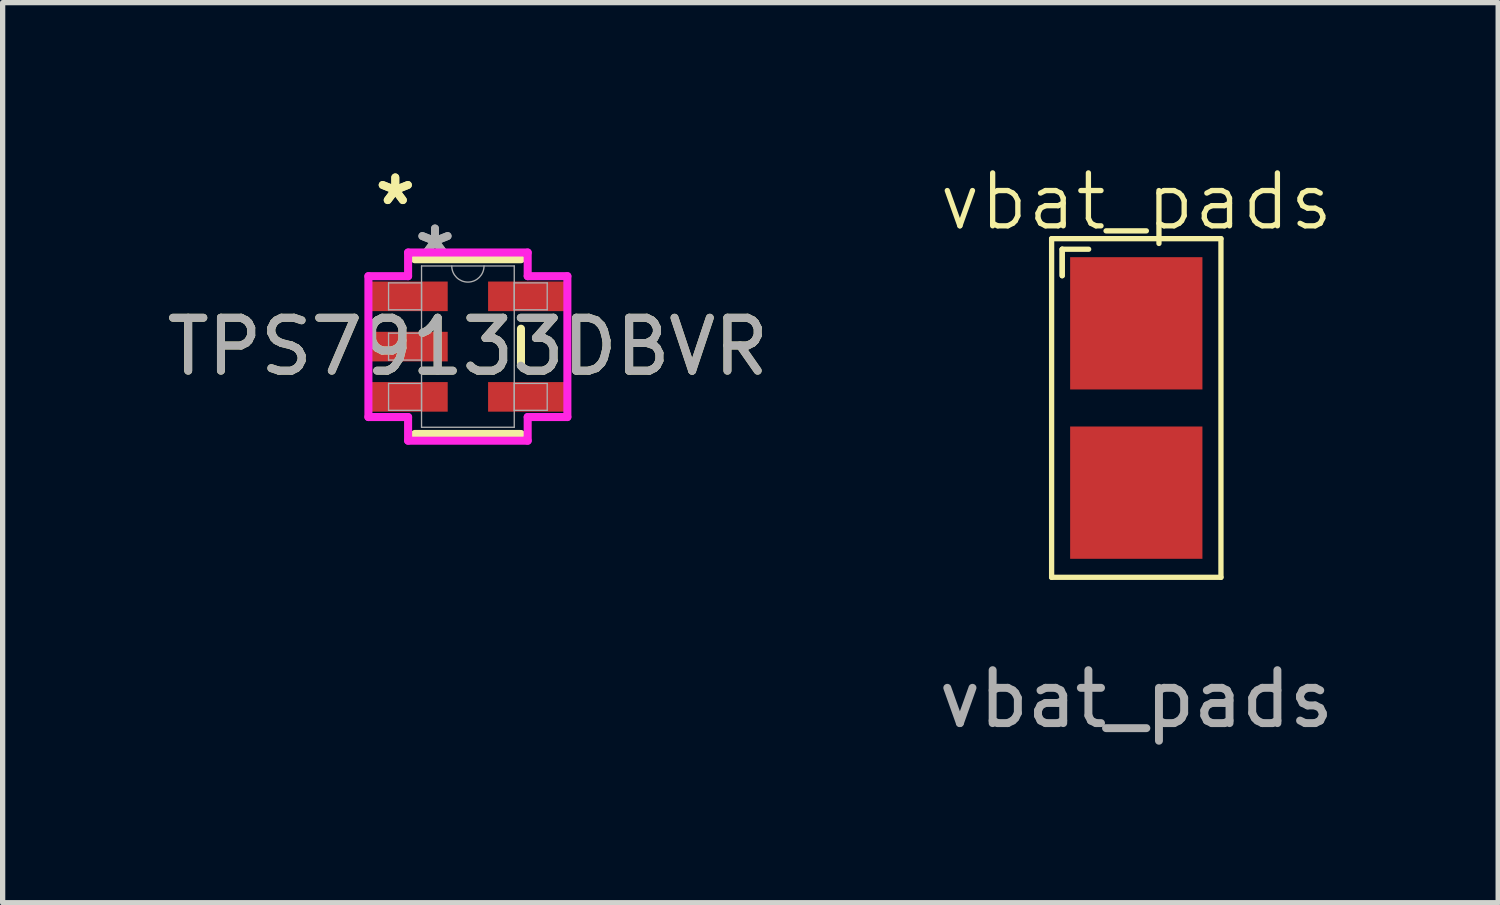
<source format=kicad_pcb>
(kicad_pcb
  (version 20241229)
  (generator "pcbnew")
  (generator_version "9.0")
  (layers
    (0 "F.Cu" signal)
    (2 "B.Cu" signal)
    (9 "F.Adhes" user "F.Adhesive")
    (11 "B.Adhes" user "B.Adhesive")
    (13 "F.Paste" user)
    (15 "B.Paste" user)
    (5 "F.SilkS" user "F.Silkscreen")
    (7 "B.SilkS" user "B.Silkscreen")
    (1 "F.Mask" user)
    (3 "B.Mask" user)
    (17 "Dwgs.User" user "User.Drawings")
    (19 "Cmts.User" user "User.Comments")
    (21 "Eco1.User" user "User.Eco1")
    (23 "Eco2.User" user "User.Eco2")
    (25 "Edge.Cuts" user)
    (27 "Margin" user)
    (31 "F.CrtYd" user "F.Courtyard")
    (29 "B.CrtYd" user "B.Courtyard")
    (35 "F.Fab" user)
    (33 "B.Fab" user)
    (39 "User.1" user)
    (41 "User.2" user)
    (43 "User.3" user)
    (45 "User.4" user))
  (footprint "vbat_pads"
    (layer "F.Cu")
    (at 18.423 4.66)
    (property "Reference" "vbat_pads" (at 0 -3.9 0) (unlocked yes) (layer "F.SilkS") (effects (font (size 1 1) (thickness 0.1))))
    (attr smd)
    (fp_line (start -1.6 -3.2) (end -1.6 3.2) (stroke (width 0.1) (type default)) (layer "F.SilkS"))
    (fp_line (start -1.6 3.2) (end 1.6 3.2) (stroke (width 0.1) (type default)) (layer "F.SilkS"))
    (fp_line (start -1.4 -3) (end -1.4 -2.5) (stroke (width 0.1) (type default)) (layer "F.SilkS"))
    (fp_line (start -1.4 -3) (end -0.9 -3) (stroke (width 0.1) (type default)) (layer "F.SilkS"))
    (fp_line (start -1.4 -2.5) (end -1.4 -3) (stroke (width 0.1) (type default)) (layer "F.SilkS"))
    (fp_line (start 1.6 -3.2) (end -1.6 -3.2) (stroke (width 0.1) (type default)) (layer "F.SilkS"))
    (fp_line (start 1.6 3.2) (end 1.6 -3.2) (stroke (width 0.1) (type default)) (layer "F.SilkS"))
    (fp_text user "${REFERENCE}" (at 0 5.5 0) (unlocked yes) (layer "F.Fab") (effects (font (size 1 1) (thickness 0.15))))
    (pad "1" smd rect (at 0 -1.6) (size 2.5 2.5) (layers "F.Cu" "F.Mask" "F.Paste"))
    (pad "2" smd rect (at 0 1.6) (size 2.5 2.5) (layers "F.Cu" "F.Mask" "F.Paste")))
  (footprint "TPS79133DBVR"
    (layer "F.Cu")
    (at 5.792 3.5)
    (property "Reference" "TPS79133DBVR" (at 0 0 0) (unlocked yes) (layer "F.SilkS") (effects (font (size 1 1) (thickness 0.15))))
    (attr smd)
    (fp_line (start -1.003 1.651) (end 1.003 1.651) (stroke (width 0.152) (type solid)) (layer "F.SilkS"))
    (fp_line (start 1.003 -1.651) (end -1.003 -1.651) (stroke (width 0.152) (type solid)) (layer "F.SilkS"))
    (fp_line (start 1.003 0.338) (end 1.003 -0.338) (stroke (width 0.152) (type solid)) (layer "F.SilkS"))
    (fp_line (start -1.88 -1.331) (end -1.13 -1.331) (stroke (width 0.152) (type solid)) (layer "F.CrtYd"))
    (fp_line (start -1.88 1.331) (end -1.88 -1.331) (stroke (width 0.152) (type solid)) (layer "F.CrtYd"))
    (fp_line (start -1.13 -1.778) (end 1.13 -1.778) (stroke (width 0.152) (type solid)) (layer "F.CrtYd"))
    (fp_line (start -1.13 -1.331) (end -1.13 -1.778) (stroke (width 0.152) (type solid)) (layer "F.CrtYd"))
    (fp_line (start -1.13 1.331) (end -1.88 1.331) (stroke (width 0.152) (type solid)) (layer "F.CrtYd"))
    (fp_line (start -1.13 1.778) (end -1.13 1.331) (stroke (width 0.152) (type solid)) (layer "F.CrtYd"))
    (fp_line (start 1.13 -1.778) (end 1.13 -1.331) (stroke (width 0.152) (type solid)) (layer "F.CrtYd"))
    (fp_line (start 1.13 -1.331) (end 1.88 -1.331) (stroke (width 0.152) (type solid)) (layer "F.CrtYd"))
    (fp_line (start 1.13 1.331) (end 1.13 1.778) (stroke (width 0.152) (type solid)) (layer "F.CrtYd"))
    (fp_line (start 1.13 1.778) (end -1.13 1.778) (stroke (width 0.152) (type solid)) (layer "F.CrtYd"))
    (fp_line (start 1.88 -1.331) (end 1.88 1.331) (stroke (width 0.152) (type solid)) (layer "F.CrtYd"))
    (fp_line (start 1.88 1.331) (end 1.13 1.331) (stroke (width 0.152) (type solid)) (layer "F.CrtYd"))
    (fp_line (start -1.499 -1.204) (end -1.499 -0.696) (stroke (width 0.025) (type solid)) (layer "F.Fab"))
    (fp_line (start -1.499 -0.696) (end -0.876 -0.696) (stroke (width 0.025) (type solid)) (layer "F.Fab"))
    (fp_line (start -1.499 -0.254) (end -1.499 0.254) (stroke (width 0.025) (type solid)) (layer "F.Fab"))
    (fp_line (start -1.499 0.254) (end -0.876 0.254) (stroke (width 0.025) (type solid)) (layer "F.Fab"))
    (fp_line (start -1.499 0.696) (end -1.499 1.204) (stroke (width 0.025) (type solid)) (layer "F.Fab"))
    (fp_line (start -1.499 1.204) (end -0.876 1.204) (stroke (width 0.025) (type solid)) (layer "F.Fab"))
    (fp_line (start -0.876 -1.524) (end -0.876 1.524) (stroke (width 0.025) (type solid)) (layer "F.Fab"))
    (fp_line (start -0.876 -1.204) (end -1.499 -1.204) (stroke (width 0.025) (type solid)) (layer "F.Fab"))
    (fp_line (start -0.876 -0.696) (end -0.876 -1.204) (stroke (width 0.025) (type solid)) (layer "F.Fab"))
    (fp_line (start -0.876 -0.254) (end -1.499 -0.254) (stroke (width 0.025) (type solid)) (layer "F.Fab"))
    (fp_line (start -0.876 0.254) (end -0.876 -0.254) (stroke (width 0.025) (type solid)) (layer "F.Fab"))
    (fp_line (start -0.876 0.696) (end -1.499 0.696) (stroke (width 0.025) (type solid)) (layer "F.Fab"))
    (fp_line (start -0.876 1.204) (end -0.876 0.696) (stroke (width 0.025) (type solid)) (layer "F.Fab"))
    (fp_line (start -0.876 1.524) (end 0.876 1.524) (stroke (width 0.025) (type solid)) (layer "F.Fab"))
    (fp_line (start 0.876 -1.524) (end -0.876 -1.524) (stroke (width 0.025) (type solid)) (layer "F.Fab"))
    (fp_line (start 0.876 -1.204) (end 0.876 -0.696) (stroke (width 0.025) (type solid)) (layer "F.Fab"))
    (fp_line (start 0.876 -0.696) (end 1.499 -0.696) (stroke (width 0.025) (type solid)) (layer "F.Fab"))
    (fp_line (start 0.876 0.696) (end 0.876 1.204) (stroke (width 0.025) (type solid)) (layer "F.Fab"))
    (fp_line (start 0.876 1.204) (end 1.499 1.204) (stroke (width 0.025) (type solid)) (layer "F.Fab"))
    (fp_line (start 0.876 1.524) (end 0.876 -1.524) (stroke (width 0.025) (type solid)) (layer "F.Fab"))
    (fp_line (start 1.499 -1.204) (end 0.876 -1.204) (stroke (width 0.025) (type solid)) (layer "F.Fab"))
    (fp_line (start 1.499 -0.696) (end 1.499 -1.204) (stroke (width 0.025) (type solid)) (layer "F.Fab"))
    (fp_line (start 1.499 0.696) (end 0.876 0.696) (stroke (width 0.025) (type solid)) (layer "F.Fab"))
    (fp_line (start 1.499 1.204) (end 1.499 0.696) (stroke (width 0.025) (type solid)) (layer "F.Fab"))
    (fp_arc (start 0.3048 -1.524) (mid 0 -1.2192) (end -0.3048 -1.524) (stroke (width 0.0254) (type solid)) (layer "F.Fab"))
    (fp_text user "*" (at -1.372 -2.652 0) (unlocked yes) (layer "F.SilkS") (effects (font (size 1 1) (thickness 0.15))))
    (fp_text user "*" (at -1.372 -2.652 0) (layer "F.SilkS") (effects (font (size 1 1) (thickness 0.15))))
    (fp_text user "*" (at -0.622 -1.687 0) (layer "F.Fab") (effects (font (size 1 1) (thickness 0.15))))
    (fp_text user "*" (at -0.622 -1.687 0) (unlocked yes) (layer "F.Fab") (effects (font (size 1 1) (thickness 0.15))))
    (fp_text user "${REFERENCE}" (at 0 0 0) (unlocked yes) (layer "F.Fab") (effects (font (size 1 1) (thickness 0.15))))
    (pad "1" smd rect (at -1.118 -0.95) (size 1.473 0.559) (layers "F.Cu" "F.Mask" "F.Paste"))
    (pad "2" smd rect (at -1.118 0) (size 1.473 0.559) (layers "F.Cu" "F.Mask" "F.Paste"))
    (pad "3" smd rect (at -1.118 0.95) (size 1.473 0.559) (layers "F.Cu" "F.Mask" "F.Paste"))
    (pad "4" smd rect (at 1.118 0.95) (size 1.473 0.559) (layers "F.Cu" "F.Mask" "F.Paste"))
    (pad "5" smd rect (at 1.118 -0.95) (size 1.473 0.559) (layers "F.Cu" "F.Mask" "F.Paste")))
  (gr_rect
    (start -3 -3)
    (end 25.262 14.009)
    (stroke (width 0.1) (type default))
    (fill no)
    (layer "Edge.Cuts")))
</source>
